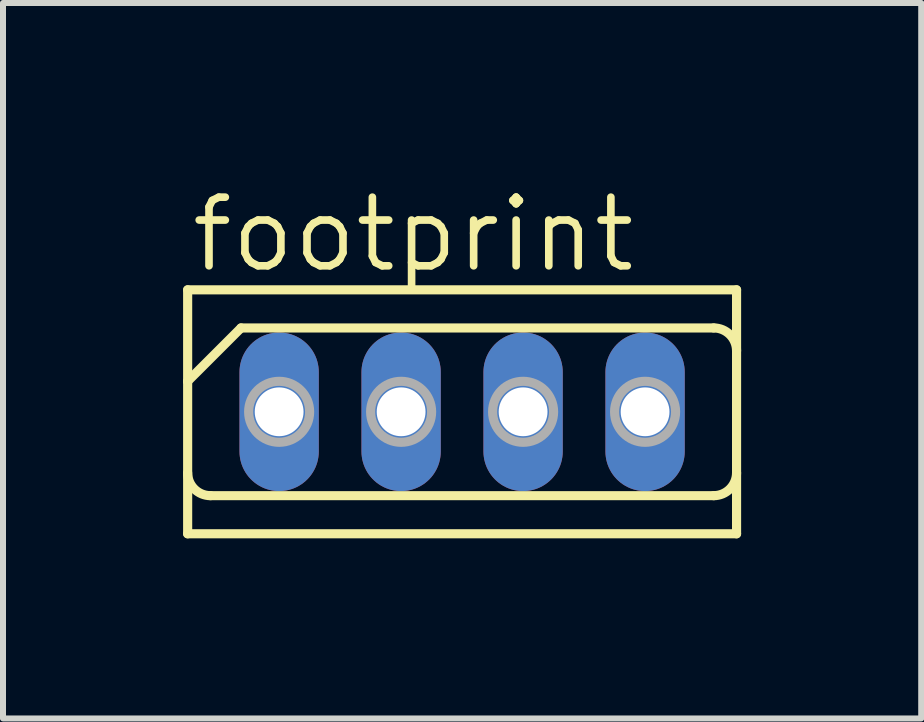
<source format=kicad_pcb>
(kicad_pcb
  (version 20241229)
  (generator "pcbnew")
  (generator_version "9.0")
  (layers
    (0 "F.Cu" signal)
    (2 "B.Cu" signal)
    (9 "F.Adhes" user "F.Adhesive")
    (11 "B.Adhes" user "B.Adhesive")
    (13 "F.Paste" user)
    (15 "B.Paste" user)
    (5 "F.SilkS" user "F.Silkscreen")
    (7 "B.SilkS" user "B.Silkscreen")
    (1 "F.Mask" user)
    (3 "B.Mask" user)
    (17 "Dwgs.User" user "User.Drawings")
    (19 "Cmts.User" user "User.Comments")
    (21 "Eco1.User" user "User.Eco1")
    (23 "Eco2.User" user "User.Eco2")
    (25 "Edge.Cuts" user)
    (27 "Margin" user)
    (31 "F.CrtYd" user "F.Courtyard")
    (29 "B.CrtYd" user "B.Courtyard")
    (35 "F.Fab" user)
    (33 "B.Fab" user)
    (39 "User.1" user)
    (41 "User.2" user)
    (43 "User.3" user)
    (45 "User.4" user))
  (footprint "footprint"
    (layer "F.Cu")
    (at 4.648 3.81)
    (property "Reference" "footprint" (at -4.572 -2.286 0) (layer "F.SilkS") (effects (font (size 1.143 1.143) (thickness 0.127)) (justify left bottom)))
    (fp_line (start -4.572 -2.032) (end -4.572 -0.508) (stroke (width 0.152) (type solid)) (layer "F.SilkS"))
    (fp_line (start -4.572 -2.032) (end 4.572 -2.032) (stroke (width 0.152) (type solid)) (layer "F.SilkS"))
    (fp_line (start -4.572 -0.508) (end -4.572 2.032) (stroke (width 0.152) (type solid)) (layer "F.SilkS"))
    (fp_line (start -4.572 -0.508) (end -3.683 -1.397) (stroke (width 0.152) (type solid)) (layer "F.SilkS"))
    (fp_line (start -4.191 1.397) (end 4.191 1.397) (stroke (width 0.152) (type solid)) (layer "F.SilkS"))
    (fp_line (start -3.683 -1.397) (end 4.191 -1.397) (stroke (width 0.152) (type solid)) (layer "F.SilkS"))
    (fp_line (start 4.572 2.032) (end -4.572 2.032) (stroke (width 0.152) (type solid)) (layer "F.SilkS"))
    (fp_line (start 4.572 2.032) (end 4.572 -2.032) (stroke (width 0.152) (type solid)) (layer "F.SilkS"))
    (fp_arc (start -4.191 1.397) (mid -4.460408 1.285408) (end -4.572 1.016) (stroke (width 0.1524) (type solid)) (layer "F.SilkS"))
    (fp_arc (start 4.191 -1.397) (mid 4.460408 -1.285408) (end 4.572 -1.016) (stroke (width 0.1524) (type solid)) (layer "F.SilkS"))
    (fp_arc (start 4.572 1.016) (mid 4.460408 1.285408) (end 4.191 1.397) (stroke (width 0.1524) (type solid)) (layer "F.SilkS"))
    (fp_circle (center -3.048 0) (end -2.54 0) (stroke (width 0.152) (type solid)) (fill no) (layer "F.Fab"))
    (fp_circle (center -1.016 0) (end -0.508 0) (stroke (width 0.152) (type solid)) (fill no) (layer "F.Fab"))
    (fp_circle (center 1.016 0) (end 1.524 0) (stroke (width 0.152) (type solid)) (fill no) (layer "F.Fab"))
    (fp_circle (center 3.048 0) (end 3.556 0) (stroke (width 0.152) (type solid)) (fill no) (layer "F.Fab"))
    (pad "1" thru_hole oval (at -3.048 0 90) (size 2.642 1.321) (drill 0.813) (layers "*.Cu" "*.Mask"))
    (pad "2" thru_hole oval (at -1.016 0 90) (size 2.642 1.321) (drill 0.813) (layers "*.Cu" "*.Mask"))
    (pad "3" thru_hole oval (at 1.016 0 90) (size 2.642 1.321) (drill 0.813) (layers "*.Cu" "*.Mask"))
    (pad "4" thru_hole oval (at 3.048 0 90) (size 2.642 1.321) (drill 0.813) (layers "*.Cu" "*.Mask")))
  (gr_rect
    (start -3 -3)
    (end 12.296 8.918)
    (stroke (width 0.1) (type default))
    (fill no)
    (layer "Edge.Cuts")))
</source>
